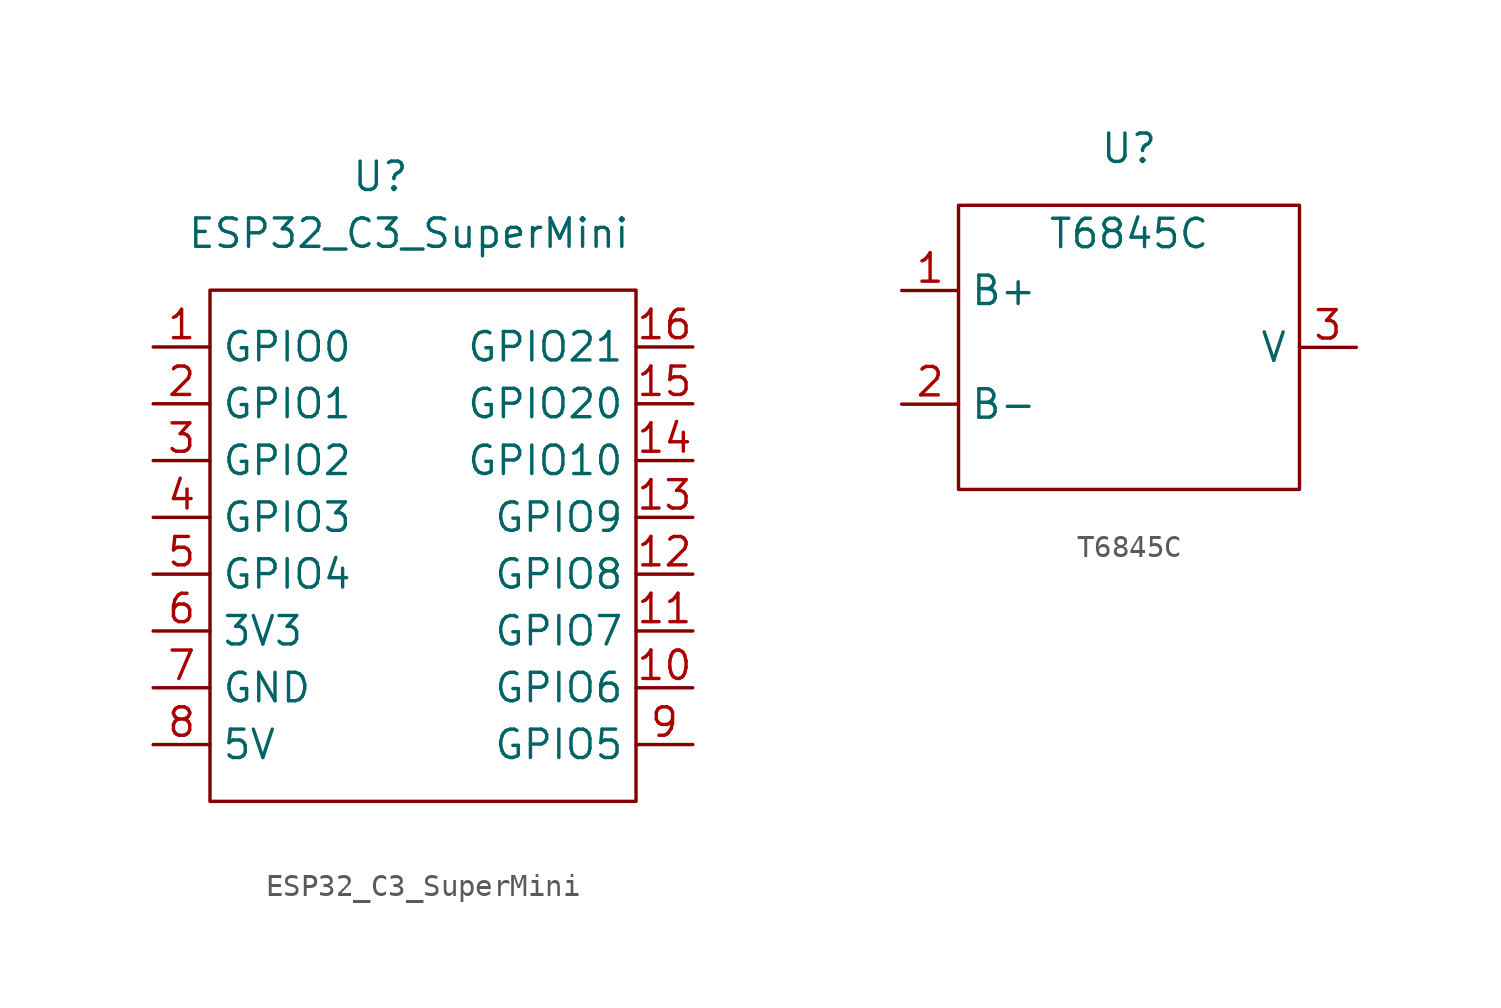
<source format=kicad_sym>
(kicad_symbol_lib
  (version 20211014)
  (generator kicad_symbol_editor)
  (symbol "ESP32_C3_SuperMini"
    (property "Reference" "U"
      (at -1.27 2.54 0)
      (effects (font (size 1.27 1.27))))
    (property "Value" "ESP32_C3_SuperMini"
      (at 0 0 0)
      (effects (font (size 1.27 1.27))))
    (symbol "ESP32_C3_SuperMini_0_1"
      (rectangle (start -8.89 -2.54) (end 10.16 -25.4) (stroke (width 0) (type default) (color 0 0 0 0)) (fill (type none))))
    (symbol "ESP32_C3_SuperMini_1_1"
      (pin bidirectional line (at -11.43 -5.08 0) (length 2.54) (name "GPIO0" (effects (font (size 1.27 1.27)))) (number "1" (effects (font (size 1.27 1.27)))))
      (pin bidirectional line (at 12.7 -20.32 180) (length 2.54) (name "GPIO6" (effects (font (size 1.27 1.27)))) (number "10" (effects (font (size 1.27 1.27)))))
      (pin bidirectional line (at 12.7 -17.78 180) (length 2.54) (name "GPIO7" (effects (font (size 1.27 1.27)))) (number "11" (effects (font (size 1.27 1.27)))))
      (pin bidirectional line (at 12.7 -15.24 180) (length 2.54) (name "GPIO8" (effects (font (size 1.27 1.27)))) (number "12" (effects (font (size 1.27 1.27)))))
      (pin bidirectional line (at 12.7 -12.7 180) (length 2.54) (name "GPIO9" (effects (font (size 1.27 1.27)))) (number "13" (effects (font (size 1.27 1.27)))))
      (pin bidirectional line (at 12.7 -10.16 180) (length 2.54) (name "GPIO10" (effects (font (size 1.27 1.27)))) (number "14" (effects (font (size 1.27 1.27)))))
      (pin bidirectional line (at 12.7 -7.62 180) (length 2.54) (name "GPIO20" (effects (font (size 1.27 1.27)))) (number "15" (effects (font (size 1.27 1.27)))))
      (pin bidirectional line (at 12.7 -5.08 180) (length 2.54) (name "GPIO21" (effects (font (size 1.27 1.27)))) (number "16" (effects (font (size 1.27 1.27)))))
      (pin bidirectional line (at -11.43 -7.62 0) (length 2.54) (name "GPIO1" (effects (font (size 1.27 1.27)))) (number "2" (effects (font (size 1.27 1.27)))))
      (pin bidirectional line (at -11.43 -10.16 0) (length 2.54) (name "GPIO2" (effects (font (size 1.27 1.27)))) (number "3" (effects (font (size 1.27 1.27)))))
      (pin bidirectional line (at -11.43 -12.7 0) (length 2.54) (name "GPIO3" (effects (font (size 1.27 1.27)))) (number "4" (effects (font (size 1.27 1.27)))))
      (pin bidirectional line (at -11.43 -15.24 0) (length 2.54) (name "GPIO4" (effects (font (size 1.27 1.27)))) (number "5" (effects (font (size 1.27 1.27)))))
      (pin power_in line (at -11.43 -17.78 0) (length 2.54) (name "3V3" (effects (font (size 1.27 1.27)))) (number "6" (effects (font (size 1.27 1.27)))))
      (pin power_in line (at -11.43 -20.32 0) (length 2.54) (name "GND" (effects (font (size 1.27 1.27)))) (number "7" (effects (font (size 1.27 1.27)))))
      (pin power_in line (at -11.43 -22.86 0) (length 2.54) (name "5V" (effects (font (size 1.27 1.27)))) (number "8" (effects (font (size 1.27 1.27)))))
      (pin bidirectional line (at 12.7 -22.86 180) (length 2.54) (name "GPIO5" (effects (font (size 1.27 1.27)))) (number "9" (effects (font (size 1.27 1.27)))))))
  (symbol "T6845C"
    (property "Reference" "U"
      (at 0 0 0)
      (effects (font (size 1.27 1.27))))
    (property "Value" "T6845C"
      (at 0 -3.81 0)
      (effects (font (size 1.27 1.27))))
    (symbol "T6845C_0_1"
      (rectangle (start -7.62 -2.54) (end 7.62 -15.24) (stroke (width 0.152) (type default) (color 0 0 0 0)) (fill (type none))))
    (symbol "T6845C_1_1"
      (pin power_in line (at -10.16 -6.35 0) (length 2.54) (name "B+" (effects (font (size 1.27 1.27)))) (number "1" (effects (font (size 1.27 1.27)))))
      (pin power_in line (at -10.16 -11.43 0) (length 2.54) (name "B-" (effects (font (size 1.27 1.27)))) (number "2" (effects (font (size 1.27 1.27)))))
      (pin power_in line (at 10.16 -8.89 180) (length 2.54) (name "V" (effects (font (size 1.27 1.27)))) (number "3" (effects (font (size 1.27 1.27))))))))
</source>
